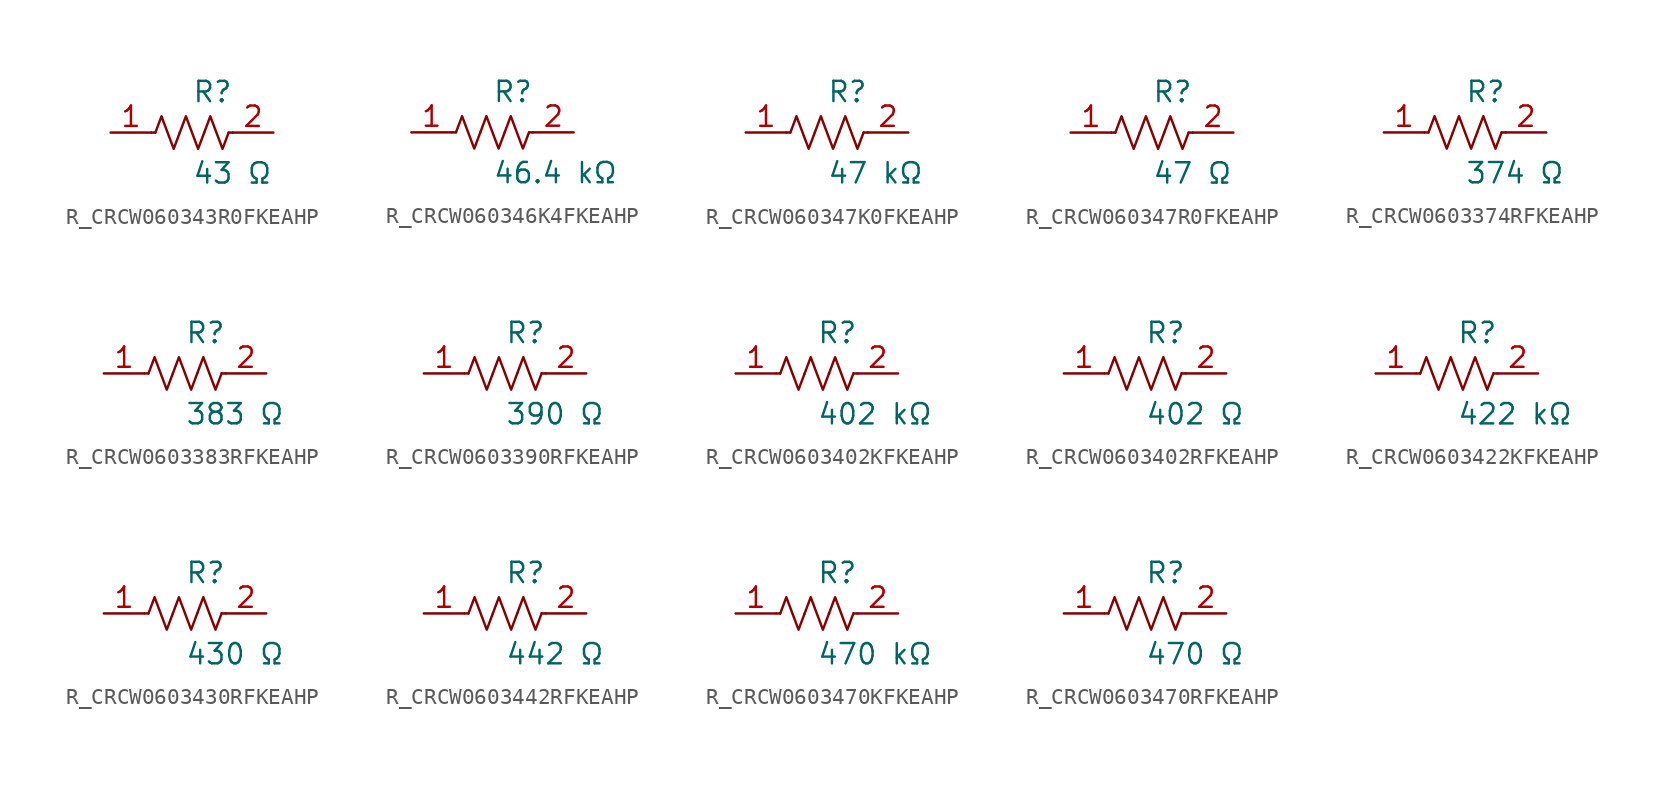
<source format=kicad_sym>
(kicad_symbol_lib
  (version 20231120)
  (generator kicad_symbol_editor)
  (generator_version 8.0)
  (symbol "R_CRCW060343R0FKEAHP"
    (pin_names
      (offset 0.254))
    (property "Reference" "R"
      (at 0.0 2.54 0)
      (effects (font (size 1.27 1.27)) (justify left)))
    (property "Value" "43 Ω"
      (at 0.0 -2.54 0)
      (effects (font (size 1.27 1.27)) (justify left)))
    (symbol "R_CRCW060343R0FKEAHP_0_1"
      (polyline (pts (xy 2.286 0) (xy 2.54 0)) (stroke (width 0) (type default)) (fill (type none)))
      (polyline (pts (xy -2.286 0) (xy -2.54 0)) (stroke (width 0) (type default)) (fill (type none)))
      (polyline (pts (xy 0.762 0) (xy 1.143 1.016) (xy 1.524 0) (xy 1.905 -1.016) (xy 2.286 0)) (stroke (width 0) (type default)) (fill (type none)))
      (polyline (pts (xy -0.762 0) (xy -0.381 1.016) (xy 0 0) (xy 0.381 -1.016) (xy 0.762 0)) (stroke (width 0) (type default)) (fill (type none)))
      (polyline (pts (xy -2.286 0) (xy -1.905 1.016) (xy -1.524 0) (xy -1.143 -1.016) (xy -0.762 0)) (stroke (width 0) (type default)) (fill (type none))))
    (pin unspecified line
      (at -5.08 0 0)
      (length 2.54)
      (name "" (effects (font (size 1.27 1.27))))
      (number "1" (effects (font (size 1.27 1.27)))))
    (pin unspecified line
      (at 5.08 0 180)
      (length 2.54)
      (name "" (effects (font (size 1.27 1.27))))
      (number "2" (effects (font (size 1.27 1.27))))))
  (symbol "R_CRCW060346K4FKEAHP"
    (pin_names
      (offset 0.254))
    (property "Reference" "R"
      (at 0.0 2.54 0)
      (effects (font (size 1.27 1.27)) (justify left)))
    (property "Value" "46.4 kΩ"
      (at 0.0 -2.54 0)
      (effects (font (size 1.27 1.27)) (justify left)))
    (symbol "R_CRCW060346K4FKEAHP_0_1"
      (polyline (pts (xy 2.286 0) (xy 2.54 0)) (stroke (width 0) (type default)) (fill (type none)))
      (polyline (pts (xy -2.286 0) (xy -2.54 0)) (stroke (width 0) (type default)) (fill (type none)))
      (polyline (pts (xy 0.762 0) (xy 1.143 1.016) (xy 1.524 0) (xy 1.905 -1.016) (xy 2.286 0)) (stroke (width 0) (type default)) (fill (type none)))
      (polyline (pts (xy -0.762 0) (xy -0.381 1.016) (xy 0 0) (xy 0.381 -1.016) (xy 0.762 0)) (stroke (width 0) (type default)) (fill (type none)))
      (polyline (pts (xy -2.286 0) (xy -1.905 1.016) (xy -1.524 0) (xy -1.143 -1.016) (xy -0.762 0)) (stroke (width 0) (type default)) (fill (type none))))
    (pin unspecified line
      (at -5.08 0 0)
      (length 2.54)
      (name "" (effects (font (size 1.27 1.27))))
      (number "1" (effects (font (size 1.27 1.27)))))
    (pin unspecified line
      (at 5.08 0 180)
      (length 2.54)
      (name "" (effects (font (size 1.27 1.27))))
      (number "2" (effects (font (size 1.27 1.27))))))
  (symbol "R_CRCW060347K0FKEAHP"
    (pin_names
      (offset 0.254))
    (property "Reference" "R"
      (at 0.0 2.54 0)
      (effects (font (size 1.27 1.27)) (justify left)))
    (property "Value" "47 kΩ"
      (at 0.0 -2.54 0)
      (effects (font (size 1.27 1.27)) (justify left)))
    (symbol "R_CRCW060347K0FKEAHP_0_1"
      (polyline (pts (xy 2.286 0) (xy 2.54 0)) (stroke (width 0) (type default)) (fill (type none)))
      (polyline (pts (xy -2.286 0) (xy -2.54 0)) (stroke (width 0) (type default)) (fill (type none)))
      (polyline (pts (xy 0.762 0) (xy 1.143 1.016) (xy 1.524 0) (xy 1.905 -1.016) (xy 2.286 0)) (stroke (width 0) (type default)) (fill (type none)))
      (polyline (pts (xy -0.762 0) (xy -0.381 1.016) (xy 0 0) (xy 0.381 -1.016) (xy 0.762 0)) (stroke (width 0) (type default)) (fill (type none)))
      (polyline (pts (xy -2.286 0) (xy -1.905 1.016) (xy -1.524 0) (xy -1.143 -1.016) (xy -0.762 0)) (stroke (width 0) (type default)) (fill (type none))))
    (pin unspecified line
      (at -5.08 0 0)
      (length 2.54)
      (name "" (effects (font (size 1.27 1.27))))
      (number "1" (effects (font (size 1.27 1.27)))))
    (pin unspecified line
      (at 5.08 0 180)
      (length 2.54)
      (name "" (effects (font (size 1.27 1.27))))
      (number "2" (effects (font (size 1.27 1.27))))))
  (symbol "R_CRCW060347R0FKEAHP"
    (pin_names
      (offset 0.254))
    (property "Reference" "R"
      (at 0.0 2.54 0)
      (effects (font (size 1.27 1.27)) (justify left)))
    (property "Value" "47 Ω"
      (at 0.0 -2.54 0)
      (effects (font (size 1.27 1.27)) (justify left)))
    (symbol "R_CRCW060347R0FKEAHP_0_1"
      (polyline (pts (xy 2.286 0) (xy 2.54 0)) (stroke (width 0) (type default)) (fill (type none)))
      (polyline (pts (xy -2.286 0) (xy -2.54 0)) (stroke (width 0) (type default)) (fill (type none)))
      (polyline (pts (xy 0.762 0) (xy 1.143 1.016) (xy 1.524 0) (xy 1.905 -1.016) (xy 2.286 0)) (stroke (width 0) (type default)) (fill (type none)))
      (polyline (pts (xy -0.762 0) (xy -0.381 1.016) (xy 0 0) (xy 0.381 -1.016) (xy 0.762 0)) (stroke (width 0) (type default)) (fill (type none)))
      (polyline (pts (xy -2.286 0) (xy -1.905 1.016) (xy -1.524 0) (xy -1.143 -1.016) (xy -0.762 0)) (stroke (width 0) (type default)) (fill (type none))))
    (pin unspecified line
      (at -5.08 0 0)
      (length 2.54)
      (name "" (effects (font (size 1.27 1.27))))
      (number "1" (effects (font (size 1.27 1.27)))))
    (pin unspecified line
      (at 5.08 0 180)
      (length 2.54)
      (name "" (effects (font (size 1.27 1.27))))
      (number "2" (effects (font (size 1.27 1.27))))))
  (symbol "R_CRCW0603374RFKEAHP"
    (pin_names
      (offset 0.254))
    (property "Reference" "R"
      (at 0.0 2.54 0)
      (effects (font (size 1.27 1.27)) (justify left)))
    (property "Value" "374 Ω"
      (at 0.0 -2.54 0)
      (effects (font (size 1.27 1.27)) (justify left)))
    (symbol "R_CRCW0603374RFKEAHP_0_1"
      (polyline (pts (xy 2.286 0) (xy 2.54 0)) (stroke (width 0) (type default)) (fill (type none)))
      (polyline (pts (xy -2.286 0) (xy -2.54 0)) (stroke (width 0) (type default)) (fill (type none)))
      (polyline (pts (xy 0.762 0) (xy 1.143 1.016) (xy 1.524 0) (xy 1.905 -1.016) (xy 2.286 0)) (stroke (width 0) (type default)) (fill (type none)))
      (polyline (pts (xy -0.762 0) (xy -0.381 1.016) (xy 0 0) (xy 0.381 -1.016) (xy 0.762 0)) (stroke (width 0) (type default)) (fill (type none)))
      (polyline (pts (xy -2.286 0) (xy -1.905 1.016) (xy -1.524 0) (xy -1.143 -1.016) (xy -0.762 0)) (stroke (width 0) (type default)) (fill (type none))))
    (pin unspecified line
      (at -5.08 0 0)
      (length 2.54)
      (name "" (effects (font (size 1.27 1.27))))
      (number "1" (effects (font (size 1.27 1.27)))))
    (pin unspecified line
      (at 5.08 0 180)
      (length 2.54)
      (name "" (effects (font (size 1.27 1.27))))
      (number "2" (effects (font (size 1.27 1.27))))))
  (symbol "R_CRCW0603383RFKEAHP"
    (pin_names
      (offset 0.254))
    (property "Reference" "R"
      (at 0.0 2.54 0)
      (effects (font (size 1.27 1.27)) (justify left)))
    (property "Value" "383 Ω"
      (at 0.0 -2.54 0)
      (effects (font (size 1.27 1.27)) (justify left)))
    (symbol "R_CRCW0603383RFKEAHP_0_1"
      (polyline (pts (xy 2.286 0) (xy 2.54 0)) (stroke (width 0) (type default)) (fill (type none)))
      (polyline (pts (xy -2.286 0) (xy -2.54 0)) (stroke (width 0) (type default)) (fill (type none)))
      (polyline (pts (xy 0.762 0) (xy 1.143 1.016) (xy 1.524 0) (xy 1.905 -1.016) (xy 2.286 0)) (stroke (width 0) (type default)) (fill (type none)))
      (polyline (pts (xy -0.762 0) (xy -0.381 1.016) (xy 0 0) (xy 0.381 -1.016) (xy 0.762 0)) (stroke (width 0) (type default)) (fill (type none)))
      (polyline (pts (xy -2.286 0) (xy -1.905 1.016) (xy -1.524 0) (xy -1.143 -1.016) (xy -0.762 0)) (stroke (width 0) (type default)) (fill (type none))))
    (pin unspecified line
      (at -5.08 0 0)
      (length 2.54)
      (name "" (effects (font (size 1.27 1.27))))
      (number "1" (effects (font (size 1.27 1.27)))))
    (pin unspecified line
      (at 5.08 0 180)
      (length 2.54)
      (name "" (effects (font (size 1.27 1.27))))
      (number "2" (effects (font (size 1.27 1.27))))))
  (symbol "R_CRCW0603390RFKEAHP"
    (pin_names
      (offset 0.254))
    (property "Reference" "R"
      (at 0.0 2.54 0)
      (effects (font (size 1.27 1.27)) (justify left)))
    (property "Value" "390 Ω"
      (at 0.0 -2.54 0)
      (effects (font (size 1.27 1.27)) (justify left)))
    (symbol "R_CRCW0603390RFKEAHP_0_1"
      (polyline (pts (xy 2.286 0) (xy 2.54 0)) (stroke (width 0) (type default)) (fill (type none)))
      (polyline (pts (xy -2.286 0) (xy -2.54 0)) (stroke (width 0) (type default)) (fill (type none)))
      (polyline (pts (xy 0.762 0) (xy 1.143 1.016) (xy 1.524 0) (xy 1.905 -1.016) (xy 2.286 0)) (stroke (width 0) (type default)) (fill (type none)))
      (polyline (pts (xy -0.762 0) (xy -0.381 1.016) (xy 0 0) (xy 0.381 -1.016) (xy 0.762 0)) (stroke (width 0) (type default)) (fill (type none)))
      (polyline (pts (xy -2.286 0) (xy -1.905 1.016) (xy -1.524 0) (xy -1.143 -1.016) (xy -0.762 0)) (stroke (width 0) (type default)) (fill (type none))))
    (pin unspecified line
      (at -5.08 0 0)
      (length 2.54)
      (name "" (effects (font (size 1.27 1.27))))
      (number "1" (effects (font (size 1.27 1.27)))))
    (pin unspecified line
      (at 5.08 0 180)
      (length 2.54)
      (name "" (effects (font (size 1.27 1.27))))
      (number "2" (effects (font (size 1.27 1.27))))))
  (symbol "R_CRCW0603402KFKEAHP"
    (pin_names
      (offset 0.254))
    (property "Reference" "R"
      (at 0.0 2.54 0)
      (effects (font (size 1.27 1.27)) (justify left)))
    (property "Value" "402 kΩ"
      (at 0.0 -2.54 0)
      (effects (font (size 1.27 1.27)) (justify left)))
    (symbol "R_CRCW0603402KFKEAHP_0_1"
      (polyline (pts (xy 2.286 0) (xy 2.54 0)) (stroke (width 0) (type default)) (fill (type none)))
      (polyline (pts (xy -2.286 0) (xy -2.54 0)) (stroke (width 0) (type default)) (fill (type none)))
      (polyline (pts (xy 0.762 0) (xy 1.143 1.016) (xy 1.524 0) (xy 1.905 -1.016) (xy 2.286 0)) (stroke (width 0) (type default)) (fill (type none)))
      (polyline (pts (xy -0.762 0) (xy -0.381 1.016) (xy 0 0) (xy 0.381 -1.016) (xy 0.762 0)) (stroke (width 0) (type default)) (fill (type none)))
      (polyline (pts (xy -2.286 0) (xy -1.905 1.016) (xy -1.524 0) (xy -1.143 -1.016) (xy -0.762 0)) (stroke (width 0) (type default)) (fill (type none))))
    (pin unspecified line
      (at -5.08 0 0)
      (length 2.54)
      (name "" (effects (font (size 1.27 1.27))))
      (number "1" (effects (font (size 1.27 1.27)))))
    (pin unspecified line
      (at 5.08 0 180)
      (length 2.54)
      (name "" (effects (font (size 1.27 1.27))))
      (number "2" (effects (font (size 1.27 1.27))))))
  (symbol "R_CRCW0603402RFKEAHP"
    (pin_names
      (offset 0.254))
    (property "Reference" "R"
      (at 0.0 2.54 0)
      (effects (font (size 1.27 1.27)) (justify left)))
    (property "Value" "402 Ω"
      (at 0.0 -2.54 0)
      (effects (font (size 1.27 1.27)) (justify left)))
    (symbol "R_CRCW0603402RFKEAHP_0_1"
      (polyline (pts (xy 2.286 0) (xy 2.54 0)) (stroke (width 0) (type default)) (fill (type none)))
      (polyline (pts (xy -2.286 0) (xy -2.54 0)) (stroke (width 0) (type default)) (fill (type none)))
      (polyline (pts (xy 0.762 0) (xy 1.143 1.016) (xy 1.524 0) (xy 1.905 -1.016) (xy 2.286 0)) (stroke (width 0) (type default)) (fill (type none)))
      (polyline (pts (xy -0.762 0) (xy -0.381 1.016) (xy 0 0) (xy 0.381 -1.016) (xy 0.762 0)) (stroke (width 0) (type default)) (fill (type none)))
      (polyline (pts (xy -2.286 0) (xy -1.905 1.016) (xy -1.524 0) (xy -1.143 -1.016) (xy -0.762 0)) (stroke (width 0) (type default)) (fill (type none))))
    (pin unspecified line
      (at -5.08 0 0)
      (length 2.54)
      (name "" (effects (font (size 1.27 1.27))))
      (number "1" (effects (font (size 1.27 1.27)))))
    (pin unspecified line
      (at 5.08 0 180)
      (length 2.54)
      (name "" (effects (font (size 1.27 1.27))))
      (number "2" (effects (font (size 1.27 1.27))))))
  (symbol "R_CRCW0603422KFKEAHP"
    (pin_names
      (offset 0.254))
    (property "Reference" "R"
      (at 0.0 2.54 0)
      (effects (font (size 1.27 1.27)) (justify left)))
    (property "Value" "422 kΩ"
      (at 0.0 -2.54 0)
      (effects (font (size 1.27 1.27)) (justify left)))
    (symbol "R_CRCW0603422KFKEAHP_0_1"
      (polyline (pts (xy 2.286 0) (xy 2.54 0)) (stroke (width 0) (type default)) (fill (type none)))
      (polyline (pts (xy -2.286 0) (xy -2.54 0)) (stroke (width 0) (type default)) (fill (type none)))
      (polyline (pts (xy 0.762 0) (xy 1.143 1.016) (xy 1.524 0) (xy 1.905 -1.016) (xy 2.286 0)) (stroke (width 0) (type default)) (fill (type none)))
      (polyline (pts (xy -0.762 0) (xy -0.381 1.016) (xy 0 0) (xy 0.381 -1.016) (xy 0.762 0)) (stroke (width 0) (type default)) (fill (type none)))
      (polyline (pts (xy -2.286 0) (xy -1.905 1.016) (xy -1.524 0) (xy -1.143 -1.016) (xy -0.762 0)) (stroke (width 0) (type default)) (fill (type none))))
    (pin unspecified line
      (at -5.08 0 0)
      (length 2.54)
      (name "" (effects (font (size 1.27 1.27))))
      (number "1" (effects (font (size 1.27 1.27)))))
    (pin unspecified line
      (at 5.08 0 180)
      (length 2.54)
      (name "" (effects (font (size 1.27 1.27))))
      (number "2" (effects (font (size 1.27 1.27))))))
  (symbol "R_CRCW0603430RFKEAHP"
    (pin_names
      (offset 0.254))
    (property "Reference" "R"
      (at 0.0 2.54 0)
      (effects (font (size 1.27 1.27)) (justify left)))
    (property "Value" "430 Ω"
      (at 0.0 -2.54 0)
      (effects (font (size 1.27 1.27)) (justify left)))
    (symbol "R_CRCW0603430RFKEAHP_0_1"
      (polyline (pts (xy 2.286 0) (xy 2.54 0)) (stroke (width 0) (type default)) (fill (type none)))
      (polyline (pts (xy -2.286 0) (xy -2.54 0)) (stroke (width 0) (type default)) (fill (type none)))
      (polyline (pts (xy 0.762 0) (xy 1.143 1.016) (xy 1.524 0) (xy 1.905 -1.016) (xy 2.286 0)) (stroke (width 0) (type default)) (fill (type none)))
      (polyline (pts (xy -0.762 0) (xy -0.381 1.016) (xy 0 0) (xy 0.381 -1.016) (xy 0.762 0)) (stroke (width 0) (type default)) (fill (type none)))
      (polyline (pts (xy -2.286 0) (xy -1.905 1.016) (xy -1.524 0) (xy -1.143 -1.016) (xy -0.762 0)) (stroke (width 0) (type default)) (fill (type none))))
    (pin unspecified line
      (at -5.08 0 0)
      (length 2.54)
      (name "" (effects (font (size 1.27 1.27))))
      (number "1" (effects (font (size 1.27 1.27)))))
    (pin unspecified line
      (at 5.08 0 180)
      (length 2.54)
      (name "" (effects (font (size 1.27 1.27))))
      (number "2" (effects (font (size 1.27 1.27))))))
  (symbol "R_CRCW0603442RFKEAHP"
    (pin_names
      (offset 0.254))
    (property "Reference" "R"
      (at 0.0 2.54 0)
      (effects (font (size 1.27 1.27)) (justify left)))
    (property "Value" "442 Ω"
      (at 0.0 -2.54 0)
      (effects (font (size 1.27 1.27)) (justify left)))
    (symbol "R_CRCW0603442RFKEAHP_0_1"
      (polyline (pts (xy 2.286 0) (xy 2.54 0)) (stroke (width 0) (type default)) (fill (type none)))
      (polyline (pts (xy -2.286 0) (xy -2.54 0)) (stroke (width 0) (type default)) (fill (type none)))
      (polyline (pts (xy 0.762 0) (xy 1.143 1.016) (xy 1.524 0) (xy 1.905 -1.016) (xy 2.286 0)) (stroke (width 0) (type default)) (fill (type none)))
      (polyline (pts (xy -0.762 0) (xy -0.381 1.016) (xy 0 0) (xy 0.381 -1.016) (xy 0.762 0)) (stroke (width 0) (type default)) (fill (type none)))
      (polyline (pts (xy -2.286 0) (xy -1.905 1.016) (xy -1.524 0) (xy -1.143 -1.016) (xy -0.762 0)) (stroke (width 0) (type default)) (fill (type none))))
    (pin unspecified line
      (at -5.08 0 0)
      (length 2.54)
      (name "" (effects (font (size 1.27 1.27))))
      (number "1" (effects (font (size 1.27 1.27)))))
    (pin unspecified line
      (at 5.08 0 180)
      (length 2.54)
      (name "" (effects (font (size 1.27 1.27))))
      (number "2" (effects (font (size 1.27 1.27))))))
  (symbol "R_CRCW0603470KFKEAHP"
    (pin_names
      (offset 0.254))
    (property "Reference" "R"
      (at 0.0 2.54 0)
      (effects (font (size 1.27 1.27)) (justify left)))
    (property "Value" "470 kΩ"
      (at 0.0 -2.54 0)
      (effects (font (size 1.27 1.27)) (justify left)))
    (symbol "R_CRCW0603470KFKEAHP_0_1"
      (polyline (pts (xy 2.286 0) (xy 2.54 0)) (stroke (width 0) (type default)) (fill (type none)))
      (polyline (pts (xy -2.286 0) (xy -2.54 0)) (stroke (width 0) (type default)) (fill (type none)))
      (polyline (pts (xy 0.762 0) (xy 1.143 1.016) (xy 1.524 0) (xy 1.905 -1.016) (xy 2.286 0)) (stroke (width 0) (type default)) (fill (type none)))
      (polyline (pts (xy -0.762 0) (xy -0.381 1.016) (xy 0 0) (xy 0.381 -1.016) (xy 0.762 0)) (stroke (width 0) (type default)) (fill (type none)))
      (polyline (pts (xy -2.286 0) (xy -1.905 1.016) (xy -1.524 0) (xy -1.143 -1.016) (xy -0.762 0)) (stroke (width 0) (type default)) (fill (type none))))
    (pin unspecified line
      (at -5.08 0 0)
      (length 2.54)
      (name "" (effects (font (size 1.27 1.27))))
      (number "1" (effects (font (size 1.27 1.27)))))
    (pin unspecified line
      (at 5.08 0 180)
      (length 2.54)
      (name "" (effects (font (size 1.27 1.27))))
      (number "2" (effects (font (size 1.27 1.27))))))
  (symbol "R_CRCW0603470RFKEAHP"
    (pin_names
      (offset 0.254))
    (property "Reference" "R"
      (at 0.0 2.54 0)
      (effects (font (size 1.27 1.27)) (justify left)))
    (property "Value" "470 Ω"
      (at 0.0 -2.54 0)
      (effects (font (size 1.27 1.27)) (justify left)))
    (symbol "R_CRCW0603470RFKEAHP_0_1"
      (polyline (pts (xy 2.286 0) (xy 2.54 0)) (stroke (width 0) (type default)) (fill (type none)))
      (polyline (pts (xy -2.286 0) (xy -2.54 0)) (stroke (width 0) (type default)) (fill (type none)))
      (polyline (pts (xy 0.762 0) (xy 1.143 1.016) (xy 1.524 0) (xy 1.905 -1.016) (xy 2.286 0)) (stroke (width 0) (type default)) (fill (type none)))
      (polyline (pts (xy -0.762 0) (xy -0.381 1.016) (xy 0 0) (xy 0.381 -1.016) (xy 0.762 0)) (stroke (width 0) (type default)) (fill (type none)))
      (polyline (pts (xy -2.286 0) (xy -1.905 1.016) (xy -1.524 0) (xy -1.143 -1.016) (xy -0.762 0)) (stroke (width 0) (type default)) (fill (type none))))
    (pin unspecified line
      (at -5.08 0 0)
      (length 2.54)
      (name "" (effects (font (size 1.27 1.27))))
      (number "1" (effects (font (size 1.27 1.27)))))
    (pin unspecified line
      (at 5.08 0 180)
      (length 2.54)
      (name "" (effects (font (size 1.27 1.27))))
      (number "2" (effects (font (size 1.27 1.27)))))))
</source>
